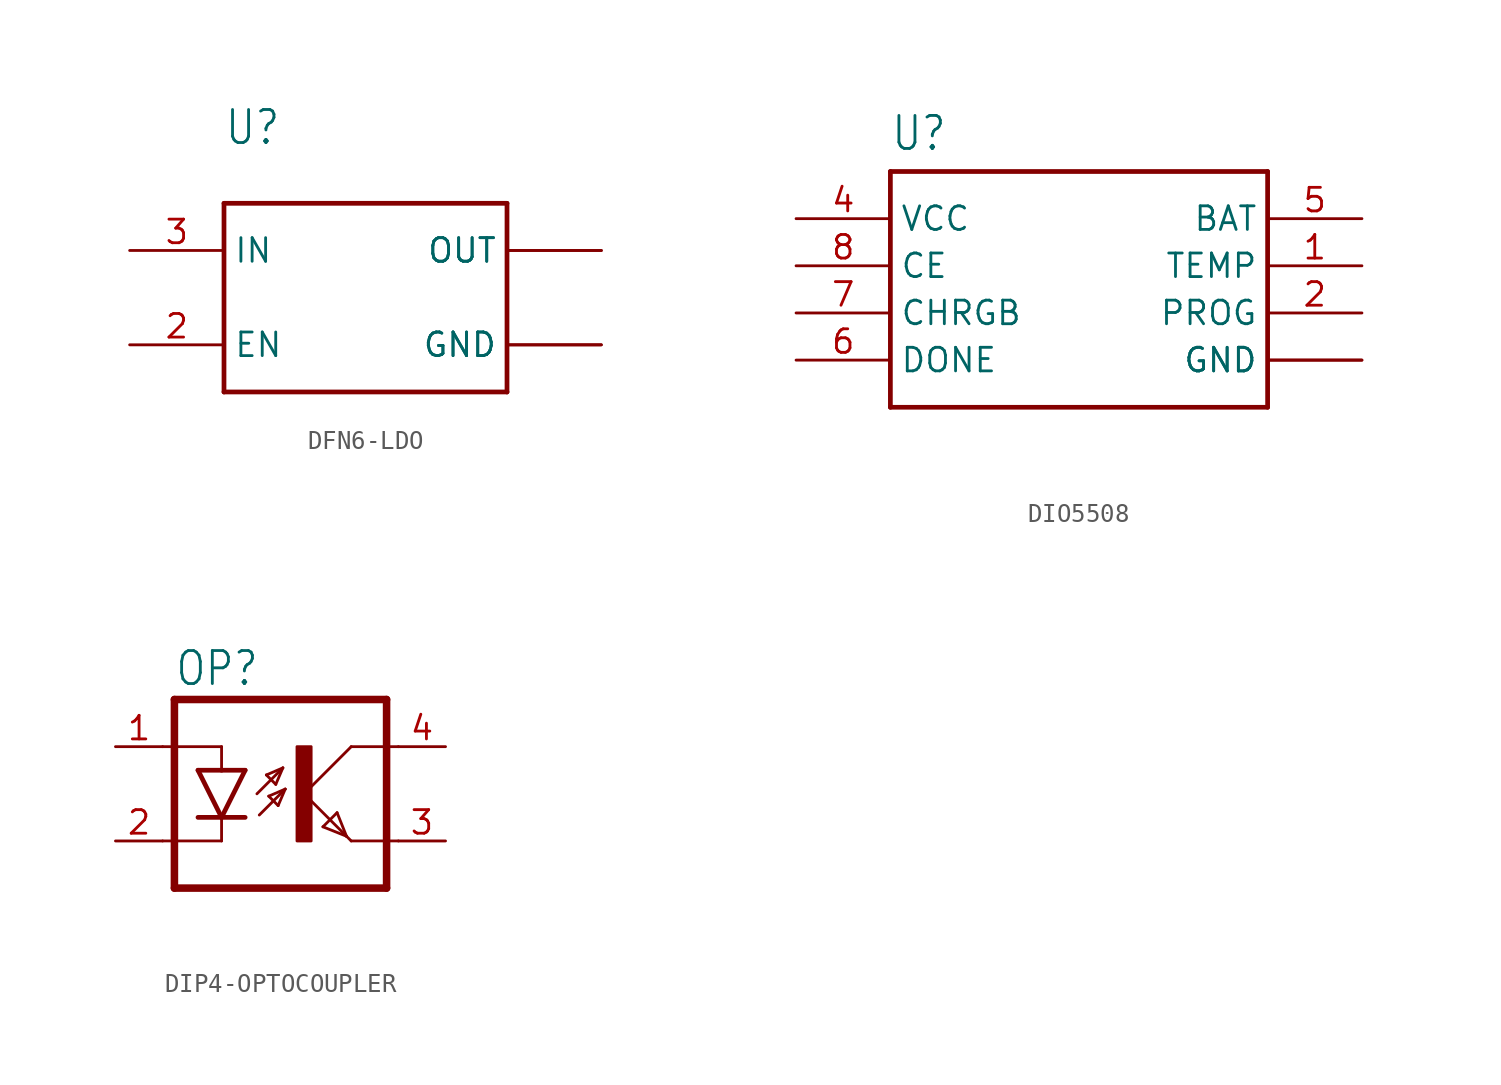
<source format=kicad_sym>
(kicad_symbol_lib
  (version 20231120)
  (generator "kicad_symbol_editor")
  (generator_version "8.0")
  (symbol "DFN6-LDO"
    (property "Reference" "U"
      (at -7.62 8.128 0)
      (effects (font (size 1.778 1.511)) (justify left bottom)))
    (property "Value" ""
      (at -7.62 5.842 0)
      (effects (font (size 1.778 1.511)) (justify left bottom)))
    (property "ki_locked" ""
      (at 0 0 0)
      (effects (font (size 1.27 1.27))))
    (symbol "DFN6-LDO_1_0"
      (polyline (pts (xy -7.62 -5.08) (xy 7.62 -5.08)) (stroke (width 0.254) (type solid)) (fill (type none)))
      (polyline (pts (xy -7.62 5.08) (xy -7.62 -5.08)) (stroke (width 0.254) (type solid)) (fill (type none)))
      (polyline (pts (xy 7.62 -5.08) (xy 7.62 5.08)) (stroke (width 0.254) (type solid)) (fill (type none)))
      (polyline (pts (xy 7.62 5.08) (xy -7.62 5.08)) (stroke (width 0.254) (type solid)) (fill (type none)))
      (pin bidirectional line (at 12.7 -2.54 180) (length 5.08) (name "GND" (effects (font (size 1.27 1.27)))) (number "1" (effects (font (size 0 0)))))
      (pin bidirectional line (at -12.7 -2.54 0) (length 5.08) (name "EN" (effects (font (size 1.27 1.27)))) (number "2" (effects (font (size 1.27 1.27)))))
      (pin bidirectional line (at -12.7 2.54 0) (length 5.08) (name "IN" (effects (font (size 1.27 1.27)))) (number "3" (effects (font (size 1.27 1.27)))))
      (pin bidirectional line (at 12.7 2.54 180) (length 5.08) (name "OUT" (effects (font (size 1.27 1.27)))) (number "4" (effects (font (size 0 0)))))
      (pin bidirectional line (at 12.7 2.54 180) (length 5.08) (name "OUT" (effects (font (size 1.27 1.27)))) (number "5" (effects (font (size 0 0)))))
      (pin bidirectional line (at 12.7 -2.54 180) (length 5.08) (name "GND" (effects (font (size 1.27 1.27)))) (number "T" (effects (font (size 0 0)))))))
  (symbol "DIO5508"
    (property "Reference" "U"
      (at -10.16 6.096 0)
      (effects (font (size 1.778 1.511)) (justify left bottom)))
    (property "Value" ""
      (at -10.16 -10.414 0)
      (effects (font (size 1.778 1.511)) (justify left bottom)))
    (property "ki_locked" ""
      (at 0 0 0)
      (effects (font (size 1.27 1.27))))
    (symbol "DIO5508_1_0"
      (polyline (pts (xy -10.16 -7.62) (xy 10.16 -7.62)) (stroke (width 0.254) (type solid)) (fill (type none)))
      (polyline (pts (xy -10.16 5.08) (xy -10.16 -7.62)) (stroke (width 0.254) (type solid)) (fill (type none)))
      (polyline (pts (xy 10.16 -7.62) (xy 10.16 5.08)) (stroke (width 0.254) (type solid)) (fill (type none)))
      (polyline (pts (xy 10.16 5.08) (xy -10.16 5.08)) (stroke (width 0.254) (type solid)) (fill (type none)))
      (pin bidirectional line (at 15.24 0 180) (length 5.08) (name "TEMP" (effects (font (size 1.27 1.27)))) (number "1" (effects (font (size 1.27 1.27)))))
      (pin bidirectional line (at 15.24 -2.54 180) (length 5.08) (name "PROG" (effects (font (size 1.27 1.27)))) (number "2" (effects (font (size 1.27 1.27)))))
      (pin bidirectional line (at 15.24 -5.08 180) (length 5.08) (name "GND" (effects (font (size 1.27 1.27)))) (number "3" (effects (font (size 0 0)))))
      (pin bidirectional line (at -15.24 2.54 0) (length 5.08) (name "VCC" (effects (font (size 1.27 1.27)))) (number "4" (effects (font (size 1.27 1.27)))))
      (pin bidirectional line (at 15.24 2.54 180) (length 5.08) (name "BAT" (effects (font (size 1.27 1.27)))) (number "5" (effects (font (size 1.27 1.27)))))
      (pin bidirectional line (at -15.24 -5.08 0) (length 5.08) (name "DONE" (effects (font (size 1.27 1.27)))) (number "6" (effects (font (size 1.27 1.27)))))
      (pin bidirectional line (at -15.24 -2.54 0) (length 5.08) (name "CHRGB" (effects (font (size 1.27 1.27)))) (number "7" (effects (font (size 1.27 1.27)))))
      (pin bidirectional line (at -15.24 0 0) (length 5.08) (name "CE" (effects (font (size 1.27 1.27)))) (number "8" (effects (font (size 1.27 1.27)))))
      (pin bidirectional line (at 15.24 -5.08 180) (length 5.08) (name "GND" (effects (font (size 1.27 1.27)))) (number "EP" (effects (font (size 0 0)))))))
  (symbol "DIP4-OPTOCOUPLER"
    (property "Reference" "OP"
      (at -6.985 5.715 0)
      (effects (font (size 1.778 1.511)) (justify left bottom)))
    (property "Value" ""
      (at -6.985 -7.62 0)
      (effects (font (size 1.778 1.511)) (justify left bottom)))
    (property "ki_locked" ""
      (at 0 0 0)
      (effects (font (size 1.27 1.27))))
    (symbol "DIP4-OPTOCOUPLER_1_0"
      (rectangle (start -0.381 -2.54) (end 0.381 2.54) (stroke (width 0) (type default)) (fill (type outline)))
      (polyline (pts (xy -6.985 -5.08) (xy 4.445 -5.08)) (stroke (width 0.406) (type solid)) (fill (type none)))
      (polyline (pts (xy -6.985 5.08) (xy -6.985 -5.08)) (stroke (width 0.406) (type solid)) (fill (type none)))
      (polyline (pts (xy -6.985 5.08) (xy 4.445 5.08)) (stroke (width 0.406) (type solid)) (fill (type none)))
      (polyline (pts (xy -4.445 -2.54) (xy -7.62 -2.54)) (stroke (width 0.152) (type solid)) (fill (type none)))
      (polyline (pts (xy -4.445 -1.27) (xy -5.715 -1.27)) (stroke (width 0.254) (type solid)) (fill (type none)))
      (polyline (pts (xy -4.445 -1.27) (xy -5.715 1.27)) (stroke (width 0.254) (type solid)) (fill (type none)))
      (polyline (pts (xy -4.445 -1.27) (xy -4.445 -2.54)) (stroke (width 0.152) (type solid)) (fill (type none)))
      (polyline (pts (xy -4.445 1.27) (xy -5.715 1.27)) (stroke (width 0.254) (type solid)) (fill (type none)))
      (polyline (pts (xy -4.445 2.54) (xy -7.62 2.54)) (stroke (width 0.152) (type solid)) (fill (type none)))
      (polyline (pts (xy -4.445 2.54) (xy -4.445 1.27)) (stroke (width 0.152) (type solid)) (fill (type none)))
      (polyline (pts (xy -3.175 -1.27) (xy -4.445 -1.27)) (stroke (width 0.254) (type solid)) (fill (type none)))
      (polyline (pts (xy -3.175 1.27) (xy -4.445 -1.27)) (stroke (width 0.254) (type solid)) (fill (type none)))
      (polyline (pts (xy -3.175 1.27) (xy -4.445 1.27)) (stroke (width 0.254) (type solid)) (fill (type none)))
      (polyline (pts (xy -2.54 0) (xy -1.143 1.397)) (stroke (width 0.152) (type solid)) (fill (type none)))
      (polyline (pts (xy -2.413 -1.143) (xy -1.016 0.254)) (stroke (width 0.152) (type solid)) (fill (type none)))
      (polyline (pts (xy -2.032 1.016) (xy -1.524 0.508)) (stroke (width 0.152) (type solid)) (fill (type none)))
      (polyline (pts (xy -1.905 -0.127) (xy -1.397 -0.635)) (stroke (width 0.152) (type solid)) (fill (type none)))
      (polyline (pts (xy -1.524 0.508) (xy -1.143 1.397)) (stroke (width 0.152) (type solid)) (fill (type none)))
      (polyline (pts (xy -1.397 -0.635) (xy -1.016 0.254)) (stroke (width 0.152) (type solid)) (fill (type none)))
      (polyline (pts (xy -1.143 1.397) (xy -2.032 1.016)) (stroke (width 0.152) (type solid)) (fill (type none)))
      (polyline (pts (xy -1.016 0.254) (xy -1.905 -0.127)) (stroke (width 0.152) (type solid)) (fill (type none)))
      (polyline (pts (xy 0 0) (xy 2.286 -2.286)) (stroke (width 0.152) (type solid)) (fill (type none)))
      (polyline (pts (xy 1.016 -1.778) (xy 1.778 -1.016)) (stroke (width 0.152) (type solid)) (fill (type none)))
      (polyline (pts (xy 1.778 -1.016) (xy 2.286 -2.286)) (stroke (width 0.152) (type solid)) (fill (type none)))
      (polyline (pts (xy 2.286 -2.286) (xy 1.016 -1.778)) (stroke (width 0.152) (type solid)) (fill (type none)))
      (polyline (pts (xy 2.286 -2.286) (xy 2.54 -2.54)) (stroke (width 0.152) (type solid)) (fill (type none)))
      (polyline (pts (xy 2.54 -2.54) (xy 5.08 -2.54)) (stroke (width 0.152) (type solid)) (fill (type none)))
      (polyline (pts (xy 2.54 2.54) (xy 0 0)) (stroke (width 0.152) (type solid)) (fill (type none)))
      (polyline (pts (xy 2.54 2.54) (xy 5.08 2.54)) (stroke (width 0.152) (type solid)) (fill (type none)))
      (polyline (pts (xy 4.445 5.08) (xy 4.445 -5.08)) (stroke (width 0.406) (type solid)) (fill (type none)))
      (pin passive line (at -10.16 2.54 0) (length 2.54) (name "A" (effects (font (size 0 0)))) (number "1" (effects (font (size 1.27 1.27)))))
      (pin passive line (at -10.16 -2.54 0) (length 2.54) (name "C" (effects (font (size 0 0)))) (number "2" (effects (font (size 1.27 1.27)))))
      (pin passive line (at 7.62 -2.54 180) (length 2.54) (name "EMIT" (effects (font (size 0 0)))) (number "3" (effects (font (size 1.27 1.27)))))
      (pin passive line (at 7.62 2.54 180) (length 2.54) (name "COL" (effects (font (size 0 0)))) (number "4" (effects (font (size 1.27 1.27))))))))
</source>
